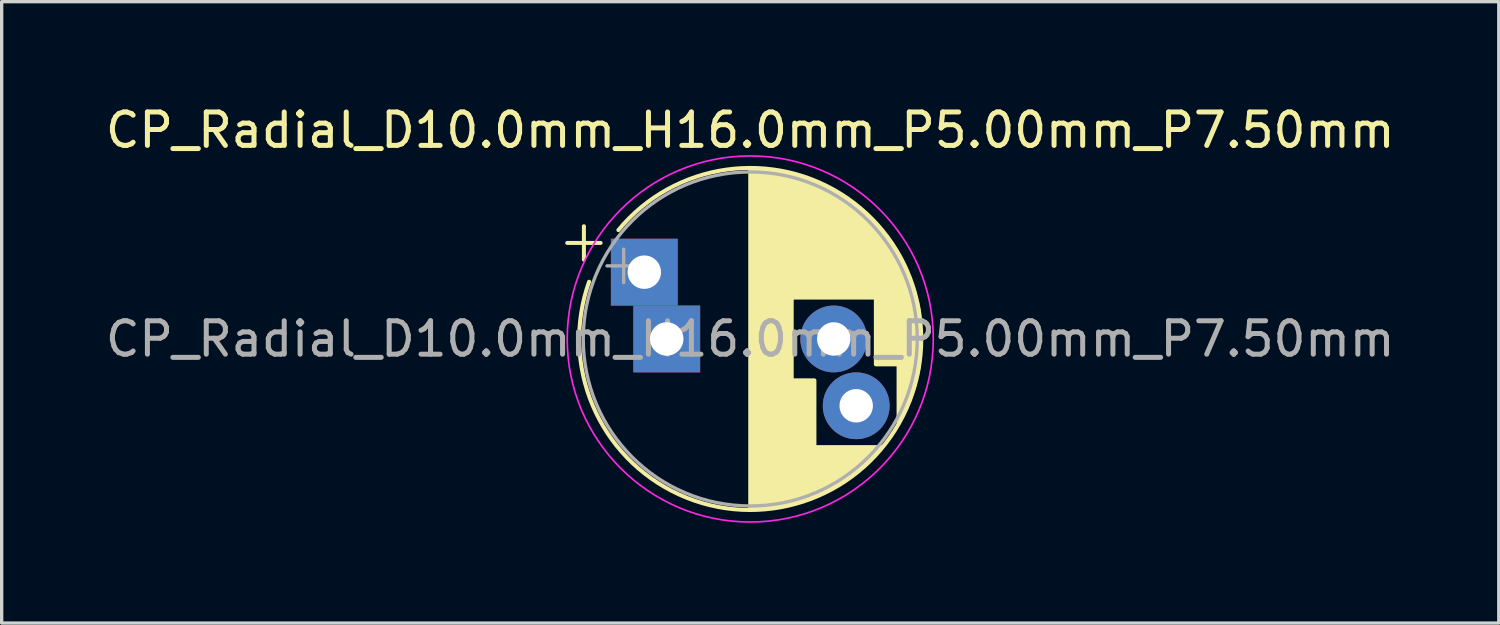
<source format=kicad_pcb>
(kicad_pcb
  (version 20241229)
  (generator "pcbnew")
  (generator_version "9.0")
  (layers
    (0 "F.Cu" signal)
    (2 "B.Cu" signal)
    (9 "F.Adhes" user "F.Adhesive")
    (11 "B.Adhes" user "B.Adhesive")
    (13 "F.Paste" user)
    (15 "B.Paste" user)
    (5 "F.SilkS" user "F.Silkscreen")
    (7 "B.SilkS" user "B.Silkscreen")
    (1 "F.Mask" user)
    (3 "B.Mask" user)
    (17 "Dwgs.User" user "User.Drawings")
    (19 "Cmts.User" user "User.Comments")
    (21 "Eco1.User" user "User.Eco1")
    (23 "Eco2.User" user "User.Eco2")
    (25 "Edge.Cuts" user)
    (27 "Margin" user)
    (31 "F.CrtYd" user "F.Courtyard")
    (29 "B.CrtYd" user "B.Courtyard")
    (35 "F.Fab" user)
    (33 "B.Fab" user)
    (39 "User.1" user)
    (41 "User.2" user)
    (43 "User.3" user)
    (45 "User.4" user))
  (footprint "CP_Radial_D10.0mm_H16.0mm_P5.00mm_P7.50mm"
    (layer "F.Cu")
    (at 16.911 7.098)
    (property "Reference" "CP_Radial_D10.0mm_H16.0mm_P5.00mm_P7.50mm" (at 2.5 -6.25 0) (layer "F.SilkS") (effects (font (size 1 1) (thickness 0.15))))
    (attr through_hole)
    (fp_line (start -2.98 -2.875) (end -1.98 -2.875) (stroke (width 0.12) (type solid)) (layer "F.SilkS"))
    (fp_line (start -2.48 -3.375) (end -2.48 -2.375) (stroke (width 0.12) (type solid)) (layer "F.SilkS"))
    (fp_line (start 2.5 -5.08) (end 2.5 5.08) (stroke (width 0.12) (type solid)) (layer "F.SilkS"))
    (fp_line (start 2.54 -5.08) (end 2.54 5.08) (stroke (width 0.12) (type solid)) (layer "F.SilkS"))
    (fp_line (start 2.58 -5.08) (end 2.58 5.08) (stroke (width 0.12) (type solid)) (layer "F.SilkS"))
    (fp_line (start 2.62 -5.079) (end 2.62 5.079) (stroke (width 0.12) (type solid)) (layer "F.SilkS"))
    (fp_line (start 2.66 -5.078) (end 2.66 5.078) (stroke (width 0.12) (type solid)) (layer "F.SilkS"))
    (fp_line (start 2.7 -5.077) (end 2.7 5.077) (stroke (width 0.12) (type solid)) (layer "F.SilkS"))
    (fp_line (start 2.74 -5.075) (end 2.74 5.075) (stroke (width 0.12) (type solid)) (layer "F.SilkS"))
    (fp_line (start 2.78 -5.073) (end 2.78 5.073) (stroke (width 0.12) (type solid)) (layer "F.SilkS"))
    (fp_line (start 2.82 -5.07) (end 2.82 5.07) (stroke (width 0.12) (type solid)) (layer "F.SilkS"))
    (fp_line (start 2.86 -5.068) (end 2.86 5.068) (stroke (width 0.12) (type solid)) (layer "F.SilkS"))
    (fp_line (start 2.9 -5.065) (end 2.9 5.065) (stroke (width 0.12) (type solid)) (layer "F.SilkS"))
    (fp_line (start 2.94 -5.062) (end 2.94 5.062) (stroke (width 0.12) (type solid)) (layer "F.SilkS"))
    (fp_line (start 2.98 -5.058) (end 2.98 5.058) (stroke (width 0.12) (type solid)) (layer "F.SilkS"))
    (fp_line (start 3.02 -5.054) (end 3.02 5.054) (stroke (width 0.12) (type solid)) (layer "F.SilkS"))
    (fp_line (start 3.06 -5.05) (end 3.06 5.05) (stroke (width 0.12) (type solid)) (layer "F.SilkS"))
    (fp_line (start 3.1 -5.045) (end 3.1 5.045) (stroke (width 0.12) (type solid)) (layer "F.SilkS"))
    (fp_line (start 3.14 -5.04) (end 3.14 5.04) (stroke (width 0.12) (type solid)) (layer "F.SilkS"))
    (fp_line (start 3.18 -5.035) (end 3.18 5.035) (stroke (width 0.12) (type solid)) (layer "F.SilkS"))
    (fp_line (start 3.221 -5.03) (end 3.221 5.03) (stroke (width 0.12) (type solid)) (layer "F.SilkS"))
    (fp_line (start 3.261 -5.024) (end 3.261 5.024) (stroke (width 0.12) (type solid)) (layer "F.SilkS"))
    (fp_line (start 3.301 -5.018) (end 3.301 5.018) (stroke (width 0.12) (type solid)) (layer "F.SilkS"))
    (fp_line (start 3.341 -5.011) (end 3.341 5.011) (stroke (width 0.12) (type solid)) (layer "F.SilkS"))
    (fp_line (start 3.381 -5.004) (end 3.381 5.004) (stroke (width 0.12) (type solid)) (layer "F.SilkS"))
    (fp_line (start 3.421 -4.997) (end 3.421 4.997) (stroke (width 0.12) (type solid)) (layer "F.SilkS"))
    (fp_line (start 3.461 -4.99) (end 3.461 4.99) (stroke (width 0.12) (type solid)) (layer "F.SilkS"))
    (fp_line (start 3.501 -4.982) (end 3.501 4.982) (stroke (width 0.12) (type solid)) (layer "F.SilkS"))
    (fp_line (start 3.541 -4.974) (end 3.541 4.974) (stroke (width 0.12) (type solid)) (layer "F.SilkS"))
    (fp_line (start 3.581 -4.965) (end 3.581 4.965) (stroke (width 0.12) (type solid)) (layer "F.SilkS"))
    (fp_line (start 3.621 -4.956) (end 3.621 4.956) (stroke (width 0.12) (type solid)) (layer "F.SilkS"))
    (fp_line (start 3.661 -4.947) (end 3.661 4.947) (stroke (width 0.12) (type solid)) (layer "F.SilkS"))
    (fp_line (start 3.701 -4.938) (end 3.701 4.938) (stroke (width 0.12) (type solid)) (layer "F.SilkS"))
    (fp_line (start 3.741 -4.928) (end 3.741 4.928) (stroke (width 0.12) (type solid)) (layer "F.SilkS"))
    (fp_line (start 3.781 -4.918) (end 3.781 -1.241) (stroke (width 0.12) (type solid)) (layer "F.SilkS"))
    (fp_line (start 3.781 1.241) (end 3.781 4.918) (stroke (width 0.12) (type solid)) (layer "F.SilkS"))
    (fp_line (start 3.821 -4.907) (end 3.821 -1.241) (stroke (width 0.12) (type solid)) (layer "F.SilkS"))
    (fp_line (start 3.821 1.241) (end 3.821 4.907) (stroke (width 0.12) (type solid)) (layer "F.SilkS"))
    (fp_line (start 3.861 -4.897) (end 3.861 -1.241) (stroke (width 0.12) (type solid)) (layer "F.SilkS"))
    (fp_line (start 3.861 1.241) (end 3.861 4.897) (stroke (width 0.12) (type solid)) (layer "F.SilkS"))
    (fp_line (start 3.901 -4.885) (end 3.901 -1.241) (stroke (width 0.12) (type solid)) (layer "F.SilkS"))
    (fp_line (start 3.901 1.241) (end 3.901 4.885) (stroke (width 0.12) (type solid)) (layer "F.SilkS"))
    (fp_line (start 3.941 -4.874) (end 3.941 -1.241) (stroke (width 0.12) (type solid)) (layer "F.SilkS"))
    (fp_line (start 3.941 1.241) (end 3.941 4.874) (stroke (width 0.12) (type solid)) (layer "F.SilkS"))
    (fp_line (start 3.981 -4.862) (end 3.981 -1.241) (stroke (width 0.12) (type solid)) (layer "F.SilkS"))
    (fp_line (start 3.981 1.241) (end 3.981 4.862) (stroke (width 0.12) (type solid)) (layer "F.SilkS"))
    (fp_line (start 4.021 -4.85) (end 4.021 -1.241) (stroke (width 0.12) (type solid)) (layer "F.SilkS"))
    (fp_line (start 4.021 1.241) (end 4.021 4.85) (stroke (width 0.12) (type solid)) (layer "F.SilkS"))
    (fp_line (start 4.061 -4.837) (end 4.061 -1.241) (stroke (width 0.12) (type solid)) (layer "F.SilkS"))
    (fp_line (start 4.061 1.241) (end 4.061 4.837) (stroke (width 0.12) (type solid)) (layer "F.SilkS"))
    (fp_line (start 4.101 -4.824) (end 4.101 -1.241) (stroke (width 0.12) (type solid)) (layer "F.SilkS"))
    (fp_line (start 4.101 1.241) (end 4.101 4.824) (stroke (width 0.12) (type solid)) (layer "F.SilkS"))
    (fp_line (start 4.141 -4.811) (end 4.141 -1.241) (stroke (width 0.12) (type solid)) (layer "F.SilkS"))
    (fp_line (start 4.141 1.241) (end 4.141 4.811) (stroke (width 0.12) (type solid)) (layer "F.SilkS"))
    (fp_line (start 4.181 -4.797) (end 4.181 -1.241) (stroke (width 0.12) (type solid)) (layer "F.SilkS"))
    (fp_line (start 4.181 1.241) (end 4.181 4.797) (stroke (width 0.12) (type solid)) (layer "F.SilkS"))
    (fp_line (start 4.221 -4.783) (end 4.221 -1.241) (stroke (width 0.12) (type solid)) (layer "F.SilkS"))
    (fp_line (start 4.221 1.241) (end 4.221 4.783) (stroke (width 0.12) (type solid)) (layer "F.SilkS"))
    (fp_line (start 4.261 -4.768) (end 4.261 -1.241) (stroke (width 0.12) (type solid)) (layer "F.SilkS"))
    (fp_line (start 4.261 1.241) (end 4.261 4.768) (stroke (width 0.12) (type solid)) (layer "F.SilkS"))
    (fp_line (start 4.301 -4.754) (end 4.301 -1.241) (stroke (width 0.12) (type solid)) (layer "F.SilkS"))
    (fp_line (start 4.301 1.241) (end 4.301 4.754) (stroke (width 0.12) (type solid)) (layer "F.SilkS"))
    (fp_line (start 4.341 -4.738) (end 4.341 -1.241) (stroke (width 0.12) (type solid)) (layer "F.SilkS"))
    (fp_line (start 4.341 1.241) (end 4.341 4.738) (stroke (width 0.12) (type solid)) (layer "F.SilkS"))
    (fp_line (start 4.381 -4.723) (end 4.381 -1.241) (stroke (width 0.12) (type solid)) (layer "F.SilkS"))
    (fp_line (start 4.381 1.241) (end 4.381 4.723) (stroke (width 0.12) (type solid)) (layer "F.SilkS"))
    (fp_line (start 4.421 -4.707) (end 4.421 -1.241) (stroke (width 0.12) (type solid)) (layer "F.SilkS"))
    (fp_line (start 4.421 1.241) (end 4.421 4.707) (stroke (width 0.12) (type solid)) (layer "F.SilkS"))
    (fp_line (start 4.461 -4.69) (end 4.461 -1.241) (stroke (width 0.12) (type solid)) (layer "F.SilkS"))
    (fp_line (start 4.461 3.24) (end 4.461 4.69) (stroke (width 0.12) (type solid)) (layer "F.SilkS"))
    (fp_line (start 4.501 -4.674) (end 4.501 -1.241) (stroke (width 0.12) (type solid)) (layer "F.SilkS"))
    (fp_line (start 4.501 3.24) (end 4.501 4.674) (stroke (width 0.12) (type solid)) (layer "F.SilkS"))
    (fp_line (start 4.541 -4.657) (end 4.541 -1.241) (stroke (width 0.12) (type solid)) (layer "F.SilkS"))
    (fp_line (start 4.541 3.24) (end 4.541 4.657) (stroke (width 0.12) (type solid)) (layer "F.SilkS"))
    (fp_line (start 4.581 -4.639) (end 4.581 -1.241) (stroke (width 0.12) (type solid)) (layer "F.SilkS"))
    (fp_line (start 4.581 3.24) (end 4.581 4.639) (stroke (width 0.12) (type solid)) (layer "F.SilkS"))
    (fp_line (start 4.621 -4.621) (end 4.621 -1.241) (stroke (width 0.12) (type solid)) (layer "F.SilkS"))
    (fp_line (start 4.621 3.24) (end 4.621 4.621) (stroke (width 0.12) (type solid)) (layer "F.SilkS"))
    (fp_line (start 4.661 -4.603) (end 4.661 -1.241) (stroke (width 0.12) (type solid)) (layer "F.SilkS"))
    (fp_line (start 4.661 3.24) (end 4.661 4.603) (stroke (width 0.12) (type solid)) (layer "F.SilkS"))
    (fp_line (start 4.701 -4.584) (end 4.701 -1.241) (stroke (width 0.12) (type solid)) (layer "F.SilkS"))
    (fp_line (start 4.701 3.24) (end 4.701 4.584) (stroke (width 0.12) (type solid)) (layer "F.SilkS"))
    (fp_line (start 4.741 -4.564) (end 4.741 -1.241) (stroke (width 0.12) (type solid)) (layer "F.SilkS"))
    (fp_line (start 4.741 3.24) (end 4.741 4.564) (stroke (width 0.12) (type solid)) (layer "F.SilkS"))
    (fp_line (start 4.781 -4.545) (end 4.781 -1.241) (stroke (width 0.12) (type solid)) (layer "F.SilkS"))
    (fp_line (start 4.781 3.24) (end 4.781 4.545) (stroke (width 0.12) (type solid)) (layer "F.SilkS"))
    (fp_line (start 4.821 -4.525) (end 4.821 -1.241) (stroke (width 0.12) (type solid)) (layer "F.SilkS"))
    (fp_line (start 4.821 3.24) (end 4.821 4.525) (stroke (width 0.12) (type solid)) (layer "F.SilkS"))
    (fp_line (start 4.861 -4.504) (end 4.861 -1.241) (stroke (width 0.12) (type solid)) (layer "F.SilkS"))
    (fp_line (start 4.861 3.24) (end 4.861 4.504) (stroke (width 0.12) (type solid)) (layer "F.SilkS"))
    (fp_line (start 4.901 -4.483) (end 4.901 -1.241) (stroke (width 0.12) (type solid)) (layer "F.SilkS"))
    (fp_line (start 4.901 3.24) (end 4.901 4.483) (stroke (width 0.12) (type solid)) (layer "F.SilkS"))
    (fp_line (start 4.941 -4.462) (end 4.941 -1.241) (stroke (width 0.12) (type solid)) (layer "F.SilkS"))
    (fp_line (start 4.941 3.24) (end 4.941 4.462) (stroke (width 0.12) (type solid)) (layer "F.SilkS"))
    (fp_line (start 4.981 -4.44) (end 4.981 -1.241) (stroke (width 0.12) (type solid)) (layer "F.SilkS"))
    (fp_line (start 4.981 3.24) (end 4.981 4.44) (stroke (width 0.12) (type solid)) (layer "F.SilkS"))
    (fp_line (start 5.021 -4.417) (end 5.021 -1.241) (stroke (width 0.12) (type solid)) (layer "F.SilkS"))
    (fp_line (start 5.021 3.24) (end 5.021 4.417) (stroke (width 0.12) (type solid)) (layer "F.SilkS"))
    (fp_line (start 5.061 -4.395) (end 5.061 -1.241) (stroke (width 0.12) (type solid)) (layer "F.SilkS"))
    (fp_line (start 5.061 3.24) (end 5.061 4.395) (stroke (width 0.12) (type solid)) (layer "F.SilkS"))
    (fp_line (start 5.101 -4.371) (end 5.101 -1.241) (stroke (width 0.12) (type solid)) (layer "F.SilkS"))
    (fp_line (start 5.101 3.24) (end 5.101 4.371) (stroke (width 0.12) (type solid)) (layer "F.SilkS"))
    (fp_line (start 5.141 -4.347) (end 5.141 -1.241) (stroke (width 0.12) (type solid)) (layer "F.SilkS"))
    (fp_line (start 5.141 3.24) (end 5.141 4.347) (stroke (width 0.12) (type solid)) (layer "F.SilkS"))
    (fp_line (start 5.181 -4.323) (end 5.181 -1.241) (stroke (width 0.12) (type solid)) (layer "F.SilkS"))
    (fp_line (start 5.181 3.24) (end 5.181 4.323) (stroke (width 0.12) (type solid)) (layer "F.SilkS"))
    (fp_line (start 5.221 -4.298) (end 5.221 -1.241) (stroke (width 0.12) (type solid)) (layer "F.SilkS"))
    (fp_line (start 5.221 3.24) (end 5.221 4.298) (stroke (width 0.12) (type solid)) (layer "F.SilkS"))
    (fp_line (start 5.261 -4.273) (end 5.261 -1.241) (stroke (width 0.12) (type solid)) (layer "F.SilkS"))
    (fp_line (start 5.261 3.24) (end 5.261 4.273) (stroke (width 0.12) (type solid)) (layer "F.SilkS"))
    (fp_line (start 5.301 -4.247) (end 5.301 -1.241) (stroke (width 0.12) (type solid)) (layer "F.SilkS"))
    (fp_line (start 5.301 3.24) (end 5.301 4.247) (stroke (width 0.12) (type solid)) (layer "F.SilkS"))
    (fp_line (start 5.341 -4.221) (end 5.341 -1.241) (stroke (width 0.12) (type solid)) (layer "F.SilkS"))
    (fp_line (start 5.341 3.24) (end 5.341 4.221) (stroke (width 0.12) (type solid)) (layer "F.SilkS"))
    (fp_line (start 5.381 -4.194) (end 5.381 -1.241) (stroke (width 0.12) (type solid)) (layer "F.SilkS"))
    (fp_line (start 5.381 3.24) (end 5.381 4.194) (stroke (width 0.12) (type solid)) (layer "F.SilkS"))
    (fp_line (start 5.421 -4.166) (end 5.421 -1.241) (stroke (width 0.12) (type solid)) (layer "F.SilkS"))
    (fp_line (start 5.421 3.24) (end 5.421 4.166) (stroke (width 0.12) (type solid)) (layer "F.SilkS"))
    (fp_line (start 5.461 -4.138) (end 5.461 -1.241) (stroke (width 0.12) (type solid)) (layer "F.SilkS"))
    (fp_line (start 5.461 3.24) (end 5.461 4.138) (stroke (width 0.12) (type solid)) (layer "F.SilkS"))
    (fp_line (start 5.501 -4.11) (end 5.501 -1.241) (stroke (width 0.12) (type solid)) (layer "F.SilkS"))
    (fp_line (start 5.501 3.24) (end 5.501 4.11) (stroke (width 0.12) (type solid)) (layer "F.SilkS"))
    (fp_line (start 5.541 -4.08) (end 5.541 -1.241) (stroke (width 0.12) (type solid)) (layer "F.SilkS"))
    (fp_line (start 5.541 3.24) (end 5.541 4.08) (stroke (width 0.12) (type solid)) (layer "F.SilkS"))
    (fp_line (start 5.581 -4.05) (end 5.581 -1.241) (stroke (width 0.12) (type solid)) (layer "F.SilkS"))
    (fp_line (start 5.581 3.24) (end 5.581 4.05) (stroke (width 0.12) (type solid)) (layer "F.SilkS"))
    (fp_line (start 5.621 -4.02) (end 5.621 -1.241) (stroke (width 0.12) (type solid)) (layer "F.SilkS"))
    (fp_line (start 5.621 3.24) (end 5.621 4.02) (stroke (width 0.12) (type solid)) (layer "F.SilkS"))
    (fp_line (start 5.661 -3.989) (end 5.661 -1.241) (stroke (width 0.12) (type solid)) (layer "F.SilkS"))
    (fp_line (start 5.661 3.24) (end 5.661 3.989) (stroke (width 0.12) (type solid)) (layer "F.SilkS"))
    (fp_line (start 5.701 -3.957) (end 5.701 -1.241) (stroke (width 0.12) (type solid)) (layer "F.SilkS"))
    (fp_line (start 5.701 3.24) (end 5.701 3.957) (stroke (width 0.12) (type solid)) (layer "F.SilkS"))
    (fp_line (start 5.741 -3.925) (end 5.741 -1.241) (stroke (width 0.12) (type solid)) (layer "F.SilkS"))
    (fp_line (start 5.741 3.24) (end 5.741 3.925) (stroke (width 0.12) (type solid)) (layer "F.SilkS"))
    (fp_line (start 5.781 -3.892) (end 5.781 -1.241) (stroke (width 0.12) (type solid)) (layer "F.SilkS"))
    (fp_line (start 5.781 3.24) (end 5.781 3.892) (stroke (width 0.12) (type solid)) (layer "F.SilkS"))
    (fp_line (start 5.821 -3.858) (end 5.821 -1.241) (stroke (width 0.12) (type solid)) (layer "F.SilkS"))
    (fp_line (start 5.821 3.24) (end 5.821 3.858) (stroke (width 0.12) (type solid)) (layer "F.SilkS"))
    (fp_line (start 5.861 -3.824) (end 5.861 -1.241) (stroke (width 0.12) (type solid)) (layer "F.SilkS"))
    (fp_line (start 5.861 3.24) (end 5.861 3.824) (stroke (width 0.12) (type solid)) (layer "F.SilkS"))
    (fp_line (start 5.901 -3.789) (end 5.901 -1.241) (stroke (width 0.12) (type solid)) (layer "F.SilkS"))
    (fp_line (start 5.901 3.24) (end 5.901 3.789) (stroke (width 0.12) (type solid)) (layer "F.SilkS"))
    (fp_line (start 5.941 -3.753) (end 5.941 -1.241) (stroke (width 0.12) (type solid)) (layer "F.SilkS"))
    (fp_line (start 5.941 3.24) (end 5.941 3.753) (stroke (width 0.12) (type solid)) (layer "F.SilkS"))
    (fp_line (start 5.981 -3.716) (end 5.981 -1.241) (stroke (width 0.12) (type solid)) (layer "F.SilkS"))
    (fp_line (start 5.981 3.24) (end 5.981 3.716) (stroke (width 0.12) (type solid)) (layer "F.SilkS"))
    (fp_line (start 6.021 -3.679) (end 6.021 -1.241) (stroke (width 0.12) (type solid)) (layer "F.SilkS"))
    (fp_line (start 6.021 3.24) (end 6.021 3.679) (stroke (width 0.12) (type solid)) (layer "F.SilkS"))
    (fp_line (start 6.061 -3.64) (end 6.061 -1.241) (stroke (width 0.12) (type solid)) (layer "F.SilkS"))
    (fp_line (start 6.061 3.24) (end 6.061 3.64) (stroke (width 0.12) (type solid)) (layer "F.SilkS"))
    (fp_line (start 6.101 -3.601) (end 6.101 -1.241) (stroke (width 0.12) (type solid)) (layer "F.SilkS"))
    (fp_line (start 6.101 3.24) (end 6.101 3.601) (stroke (width 0.12) (type solid)) (layer "F.SilkS"))
    (fp_line (start 6.141 -3.561) (end 6.141 -1.241) (stroke (width 0.12) (type solid)) (layer "F.SilkS"))
    (fp_line (start 6.141 3.24) (end 6.141 3.561) (stroke (width 0.12) (type solid)) (layer "F.SilkS"))
    (fp_line (start 6.181 -3.52) (end 6.181 -1.241) (stroke (width 0.12) (type solid)) (layer "F.SilkS"))
    (fp_line (start 6.181 3.24) (end 6.181 3.52) (stroke (width 0.12) (type solid)) (layer "F.SilkS"))
    (fp_line (start 6.221 -3.478) (end 6.221 -1.241) (stroke (width 0.12) (type solid)) (layer "F.SilkS"))
    (fp_line (start 6.221 3.24) (end 6.221 3.478) (stroke (width 0.12) (type solid)) (layer "F.SilkS"))
    (fp_line (start 6.261 -3.436) (end 6.261 0.76) (stroke (width 0.12) (type solid)) (layer "F.SilkS"))
    (fp_line (start 6.261 3.24) (end 6.261 3.436) (stroke (width 0.12) (type solid)) (layer "F.SilkS"))
    (fp_line (start 6.301 -3.392) (end 6.301 0.76) (stroke (width 0.12) (type solid)) (layer "F.SilkS"))
    (fp_line (start 6.301 3.24) (end 6.301 3.392) (stroke (width 0.12) (type solid)) (layer "F.SilkS"))
    (fp_line (start 6.341 -3.347) (end 6.341 0.76) (stroke (width 0.12) (type solid)) (layer "F.SilkS"))
    (fp_line (start 6.341 3.24) (end 6.341 3.347) (stroke (width 0.12) (type solid)) (layer "F.SilkS"))
    (fp_line (start 6.381 -3.301) (end 6.381 0.76) (stroke (width 0.12) (type solid)) (layer "F.SilkS"))
    (fp_line (start 6.381 3.24) (end 6.381 3.301) (stroke (width 0.12) (type solid)) (layer "F.SilkS"))
    (fp_line (start 6.421 -3.254) (end 6.421 0.76) (stroke (width 0.12) (type solid)) (layer "F.SilkS"))
    (fp_line (start 6.421 3.24) (end 6.421 3.254) (stroke (width 0.12) (type solid)) (layer "F.SilkS"))
    (fp_line (start 6.461 -3.206) (end 6.461 0.76) (stroke (width 0.12) (type solid)) (layer "F.SilkS"))
    (fp_line (start 6.501 -3.156) (end 6.501 0.76) (stroke (width 0.12) (type solid)) (layer "F.SilkS"))
    (fp_line (start 6.541 -3.106) (end 6.541 0.76) (stroke (width 0.12) (type solid)) (layer "F.SilkS"))
    (fp_line (start 6.581 -3.054) (end 6.581 0.76) (stroke (width 0.12) (type solid)) (layer "F.SilkS"))
    (fp_line (start 6.621 -3) (end 6.621 0.76) (stroke (width 0.12) (type solid)) (layer "F.SilkS"))
    (fp_line (start 6.661 -2.945) (end 6.661 0.76) (stroke (width 0.12) (type solid)) (layer "F.SilkS"))
    (fp_line (start 6.701 -2.889) (end 6.701 0.76) (stroke (width 0.12) (type solid)) (layer "F.SilkS"))
    (fp_line (start 6.741 -2.83) (end 6.741 0.76) (stroke (width 0.12) (type solid)) (layer "F.SilkS"))
    (fp_line (start 6.781 -2.77) (end 6.781 0.76) (stroke (width 0.12) (type solid)) (layer "F.SilkS"))
    (fp_line (start 6.821 -2.709) (end 6.821 0.76) (stroke (width 0.12) (type solid)) (layer "F.SilkS"))
    (fp_line (start 6.861 -2.645) (end 6.861 0.76) (stroke (width 0.12) (type solid)) (layer "F.SilkS"))
    (fp_line (start 6.901 -2.579) (end 6.901 0.76) (stroke (width 0.12) (type solid)) (layer "F.SilkS"))
    (fp_line (start 6.941 -2.51) (end 6.941 2.51) (stroke (width 0.12) (type solid)) (layer "F.SilkS"))
    (fp_line (start 6.981 -2.439) (end 6.981 2.439) (stroke (width 0.12) (type solid)) (layer "F.SilkS"))
    (fp_line (start 7.021 -2.365) (end 7.021 2.365) (stroke (width 0.12) (type solid)) (layer "F.SilkS"))
    (fp_line (start 7.061 -2.289) (end 7.061 2.289) (stroke (width 0.12) (type solid)) (layer "F.SilkS"))
    (fp_line (start 7.101 -2.209) (end 7.101 2.209) (stroke (width 0.12) (type solid)) (layer "F.SilkS"))
    (fp_line (start 7.141 -2.125) (end 7.141 2.125) (stroke (width 0.12) (type solid)) (layer "F.SilkS"))
    (fp_line (start 7.181 -2.037) (end 7.181 2.037) (stroke (width 0.12) (type solid)) (layer "F.SilkS"))
    (fp_line (start 7.221 -1.944) (end 7.221 1.944) (stroke (width 0.12) (type solid)) (layer "F.SilkS"))
    (fp_line (start 7.261 -1.846) (end 7.261 1.846) (stroke (width 0.12) (type solid)) (layer "F.SilkS"))
    (fp_line (start 7.301 -1.742) (end 7.301 1.742) (stroke (width 0.12) (type solid)) (layer "F.SilkS"))
    (fp_line (start 7.341 -1.63) (end 7.341 1.63) (stroke (width 0.12) (type solid)) (layer "F.SilkS"))
    (fp_line (start 7.381 -1.51) (end 7.381 1.51) (stroke (width 0.12) (type solid)) (layer "F.SilkS"))
    (fp_line (start 7.421 -1.378) (end 7.421 1.378) (stroke (width 0.12) (type solid)) (layer "F.SilkS"))
    (fp_line (start 7.461 -1.23) (end 7.461 1.23) (stroke (width 0.12) (type solid)) (layer "F.SilkS"))
    (fp_line (start 7.501 -1.062) (end 7.501 1.062) (stroke (width 0.12) (type solid)) (layer "F.SilkS"))
    (fp_line (start 7.541 -0.862) (end 7.541 0.862) (stroke (width 0.12) (type solid)) (layer "F.SilkS"))
    (fp_line (start 7.581 -0.599) (end 7.581 0.599) (stroke (width 0.12) (type solid)) (layer "F.SilkS"))
    (fp_arc (start -1.448012 -3.26) (mid 6.954126 2.524908) (end -2.324903 -1.713098) (stroke (width 0.12) (type solid)) (layer "F.SilkS"))
    (fp_circle (center 2.5 0) (end 7.98 0) (stroke (width 0.05) (type solid)) (fill no) (layer "F.CrtYd"))
    (fp_line (start -1.789 -2.188) (end -0.789 -2.188) (stroke (width 0.1) (type solid)) (layer "F.Fab"))
    (fp_line (start -1.289 -2.688) (end -1.289 -1.688) (stroke (width 0.1) (type solid)) (layer "F.Fab"))
    (fp_circle (center 2.5 0) (end 7.5 0) (stroke (width 0.1) (type solid)) (fill no) (layer "F.Fab"))
    (fp_text user "${REFERENCE}" (at 2.5 0 0) (layer "F.Fab") (effects (font (size 1 1) (thickness 0.15))))
    (pad "1" thru_hole rect (at -0.672 -2) (size 2 2) (drill 1) (layers "*.Cu" "*.Mask"))
    (pad "1" thru_hole rect (at 0 0) (size 2 2) (drill 1) (layers "*.Cu" "*.Mask"))
    (pad "2" thru_hole circle (at 5 0) (size 2 2) (drill 1) (layers "*.Cu" "*.Mask"))
    (pad "2" thru_hole circle (at 5.672 2) (size 2 2) (drill 1) (layers "*.Cu" "*.Mask")))
  (gr_rect
    (start -3 -3)
    (end 41.821 15.603)
    (stroke (width 0.1) (type default))
    (fill no)
    (layer "Edge.Cuts")))
</source>
